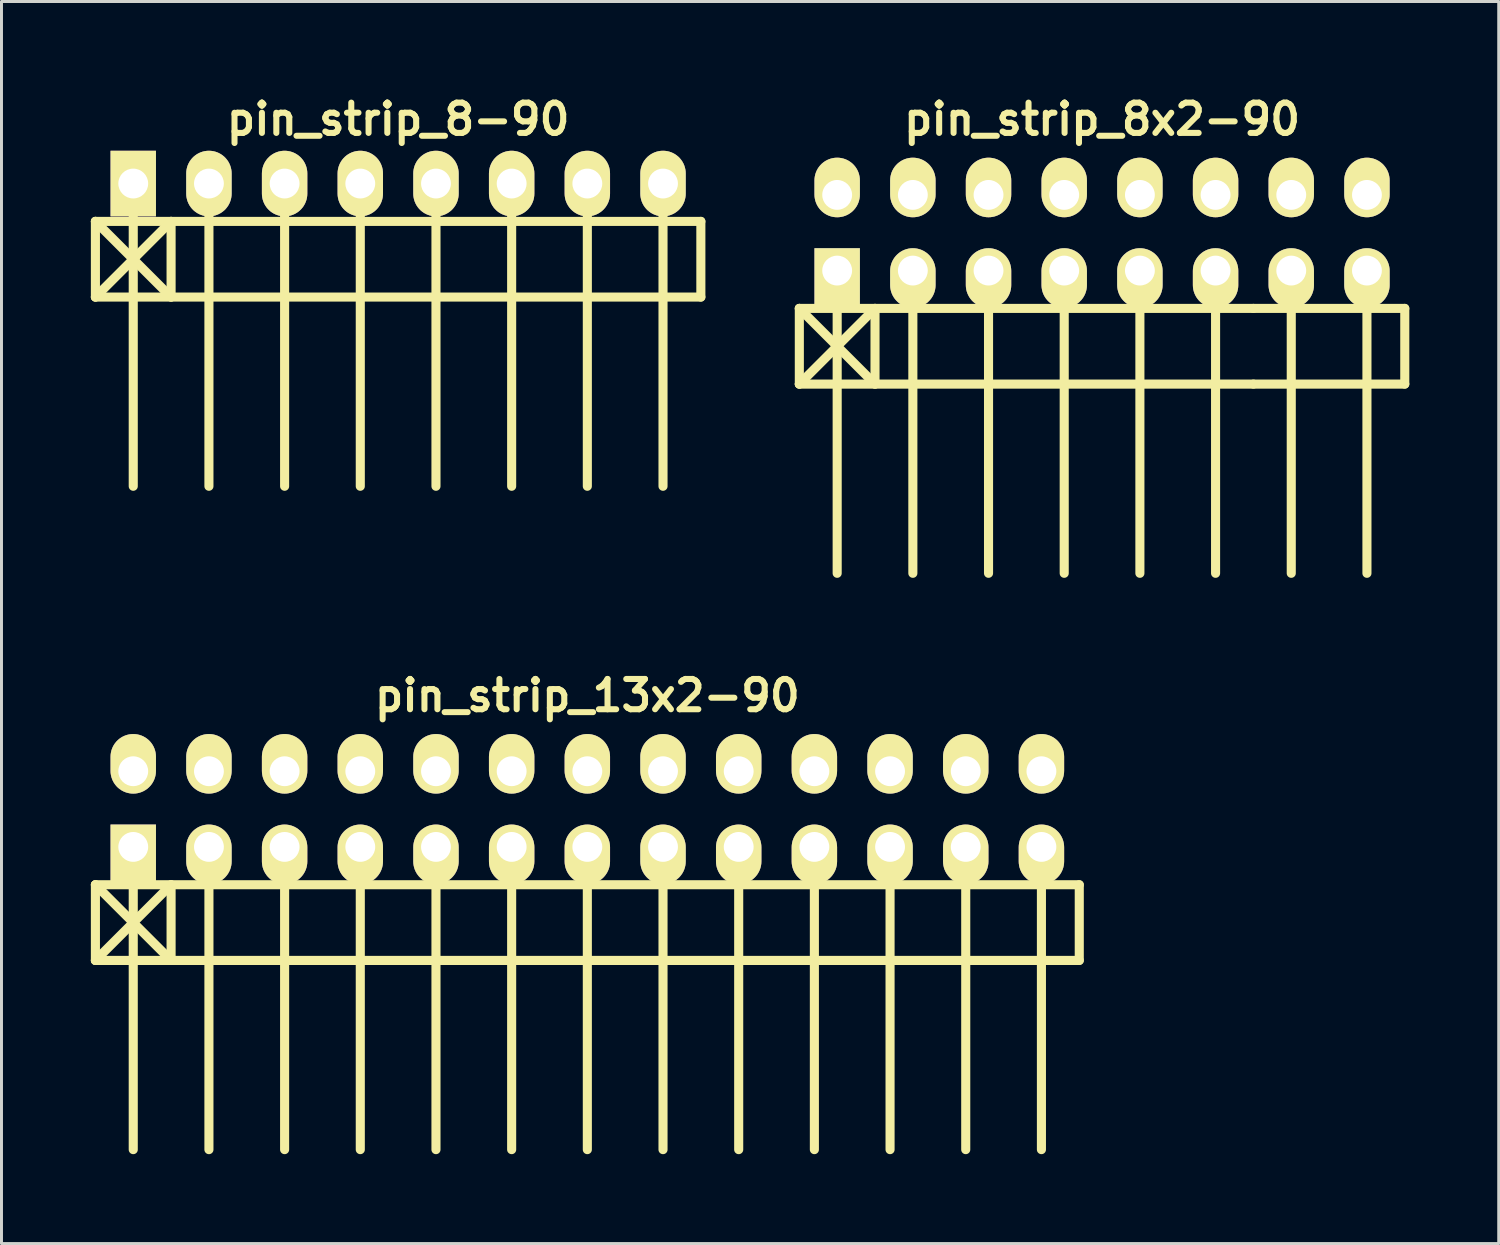
<source format=kicad_pcb>
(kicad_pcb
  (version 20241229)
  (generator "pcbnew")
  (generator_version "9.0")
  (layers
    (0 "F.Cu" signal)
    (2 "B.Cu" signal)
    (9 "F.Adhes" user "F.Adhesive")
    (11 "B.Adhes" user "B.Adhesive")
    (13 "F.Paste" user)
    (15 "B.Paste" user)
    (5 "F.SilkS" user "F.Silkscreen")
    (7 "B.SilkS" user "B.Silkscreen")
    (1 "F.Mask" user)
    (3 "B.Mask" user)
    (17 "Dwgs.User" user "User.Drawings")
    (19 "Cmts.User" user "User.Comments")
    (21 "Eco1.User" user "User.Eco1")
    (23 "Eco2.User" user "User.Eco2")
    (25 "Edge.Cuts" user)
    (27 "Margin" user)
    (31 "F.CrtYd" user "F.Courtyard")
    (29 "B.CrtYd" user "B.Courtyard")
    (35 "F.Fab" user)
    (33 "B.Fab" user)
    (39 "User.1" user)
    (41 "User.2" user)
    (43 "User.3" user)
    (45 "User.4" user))
  (footprint "pin_strip_8-90"
    (layer "F.Cu")
    (at 10.312 3.11)
    (property "Reference" "pin_strip_8-90" (at 0 -2.159 0) (layer "F.SilkS") (effects (font (size 1.016 1.016) (thickness 0.203))))
    (attr through_hole)
    (fp_line (start -10.16 1.27) (end -7.62 3.81) (stroke (width 0.305) (type solid)) (layer "F.SilkS"))
    (fp_line (start -10.16 1.27) (end 10.16 1.27) (stroke (width 0.305) (type solid)) (layer "F.SilkS"))
    (fp_line (start -10.16 3.81) (end -10.16 1.27) (stroke (width 0.305) (type solid)) (layer "F.SilkS"))
    (fp_line (start -8.89 0) (end -8.89 10.16) (stroke (width 0.305) (type solid)) (layer "F.SilkS"))
    (fp_line (start -7.62 1.27) (end -10.16 3.81) (stroke (width 0.305) (type solid)) (layer "F.SilkS"))
    (fp_line (start -7.62 1.27) (end -7.62 3.81) (stroke (width 0.305) (type solid)) (layer "F.SilkS"))
    (fp_line (start -6.35 0) (end -6.35 10.16) (stroke (width 0.305) (type solid)) (layer "F.SilkS"))
    (fp_line (start -3.81 10.16) (end -3.81 0) (stroke (width 0.305) (type solid)) (layer "F.SilkS"))
    (fp_line (start -1.27 0) (end -1.27 10.16) (stroke (width 0.305) (type solid)) (layer "F.SilkS"))
    (fp_line (start 1.27 0) (end 1.27 10.16) (stroke (width 0.305) (type solid)) (layer "F.SilkS"))
    (fp_line (start 3.81 0) (end 3.81 10.16) (stroke (width 0.305) (type solid)) (layer "F.SilkS"))
    (fp_line (start 6.35 0) (end 6.35 10.16) (stroke (width 0.305) (type solid)) (layer "F.SilkS"))
    (fp_line (start 8.89 0) (end 8.89 10.16) (stroke (width 0.305) (type solid)) (layer "F.SilkS"))
    (fp_line (start 10.16 1.27) (end 10.16 3.81) (stroke (width 0.305) (type solid)) (layer "F.SilkS"))
    (fp_line (start 10.16 3.81) (end -10.16 3.81) (stroke (width 0.305) (type solid)) (layer "F.SilkS"))
    (pad "1" thru_hole rect (at -8.89 0) (size 1.524 2.2) (drill 1.001) (layers "*.Cu" "*.Mask" "F.SilkS"))
    (pad "2" thru_hole oval (at -6.35 0) (size 1.524 2.2) (drill 1.001) (layers "*.Cu" "*.Mask" "F.SilkS"))
    (pad "3" thru_hole oval (at -3.81 0) (size 1.524 2.2) (drill 1.001) (layers "*.Cu" "*.Mask" "F.SilkS"))
    (pad "4" thru_hole oval (at -1.27 0) (size 1.524 2.2) (drill 1.001) (layers "*.Cu" "*.Mask" "F.SilkS"))
    (pad "5" thru_hole oval (at 1.27 0) (size 1.524 2.2) (drill 1.001) (layers "*.Cu" "*.Mask" "F.SilkS"))
    (pad "6" thru_hole oval (at 3.81 0) (size 1.524 2.2) (drill 1.001) (layers "*.Cu" "*.Mask" "F.SilkS"))
    (pad "7" thru_hole oval (at 6.35 0) (size 1.524 2.2) (drill 1.001) (layers "*.Cu" "*.Mask" "F.SilkS"))
    (pad "8" thru_hole oval (at 8.89 0) (size 1.524 2.2) (drill 1.001) (layers "*.Cu" "*.Mask" "F.SilkS")))
  (footprint "pin_strip_13x2-90"
    (layer "F.Cu")
    (at 16.662 24.104)
    (property "Reference" "pin_strip_13x2-90" (at 0 -3.81 0) (layer "F.SilkS") (effects (font (size 1.016 1.016) (thickness 0.203))))
    (attr through_hole)
    (fp_line (start -16.51 2.54) (end -13.97 5.08) (stroke (width 0.305) (type solid)) (layer "F.SilkS"))
    (fp_line (start -16.51 2.54) (end 16.51 2.54) (stroke (width 0.305) (type solid)) (layer "F.SilkS"))
    (fp_line (start -16.51 5.08) (end -16.51 2.54) (stroke (width 0.305) (type solid)) (layer "F.SilkS"))
    (fp_line (start -15.24 1.27) (end -15.24 11.43) (stroke (width 0.305) (type solid)) (layer "F.SilkS"))
    (fp_line (start -13.97 2.54) (end -16.51 5.08) (stroke (width 0.305) (type solid)) (layer "F.SilkS"))
    (fp_line (start -13.97 5.08) (end -13.97 2.54) (stroke (width 0.305) (type solid)) (layer "F.SilkS"))
    (fp_line (start -12.7 1.27) (end -12.7 11.43) (stroke (width 0.305) (type solid)) (layer "F.SilkS"))
    (fp_line (start -10.16 11.43) (end -10.16 1.27) (stroke (width 0.305) (type solid)) (layer "F.SilkS"))
    (fp_line (start -7.62 1.27) (end -7.62 11.43) (stroke (width 0.305) (type solid)) (layer "F.SilkS"))
    (fp_line (start -5.08 1.27) (end -5.08 11.43) (stroke (width 0.305) (type solid)) (layer "F.SilkS"))
    (fp_line (start -2.54 1.27) (end -2.54 11.43) (stroke (width 0.305) (type solid)) (layer "F.SilkS"))
    (fp_line (start 0 1.27) (end 0 11.43) (stroke (width 0.305) (type solid)) (layer "F.SilkS"))
    (fp_line (start 2.54 1.27) (end 2.54 11.43) (stroke (width 0.305) (type solid)) (layer "F.SilkS"))
    (fp_line (start 5.08 1.27) (end 5.08 11.43) (stroke (width 0.305) (type solid)) (layer "F.SilkS"))
    (fp_line (start 7.62 1.27) (end 7.62 11.43) (stroke (width 0.305) (type solid)) (layer "F.SilkS"))
    (fp_line (start 10.16 1.27) (end 10.16 11.43) (stroke (width 0.305) (type solid)) (layer "F.SilkS"))
    (fp_line (start 12.7 1.27) (end 12.7 11.43) (stroke (width 0.305) (type solid)) (layer "F.SilkS"))
    (fp_line (start 15.24 11.43) (end 15.24 1.27) (stroke (width 0.305) (type solid)) (layer "F.SilkS"))
    (fp_line (start 16.51 2.54) (end 16.51 5.08) (stroke (width 0.305) (type solid)) (layer "F.SilkS"))
    (fp_line (start 16.51 5.08) (end -16.51 5.08) (stroke (width 0.305) (type solid)) (layer "F.SilkS"))
    (pad "1" thru_hole rect (at -15.24 1.27) (size 1.524 1.999) (drill 1.001 (offset 0 0.249)) (layers "*.Cu" "*.Mask" "F.SilkS"))
    (pad "2" thru_hole oval (at -15.24 -1.27) (size 1.524 1.999) (drill 1.001 (offset 0 -0.249)) (layers "*.Cu" "*.Mask" "F.SilkS"))
    (pad "3" thru_hole oval (at -12.7 1.27) (size 1.524 1.999) (drill 1.001 (offset 0 0.249)) (layers "*.Cu" "*.Mask" "F.SilkS"))
    (pad "4" thru_hole oval (at -12.7 -1.27) (size 1.524 1.999) (drill 1.001 (offset 0 -0.249)) (layers "*.Cu" "*.Mask" "F.SilkS"))
    (pad "5" thru_hole oval (at -10.16 1.27) (size 1.524 1.999) (drill 1.001 (offset 0 0.249)) (layers "*.Cu" "*.Mask" "F.SilkS"))
    (pad "6" thru_hole oval (at -10.16 -1.27) (size 1.524 1.999) (drill 1.001 (offset 0 -0.249)) (layers "*.Cu" "*.Mask" "F.SilkS"))
    (pad "7" thru_hole oval (at -7.62 1.27) (size 1.524 1.999) (drill 1.001 (offset 0 0.249)) (layers "*.Cu" "*.Mask" "F.SilkS"))
    (pad "8" thru_hole oval (at -7.62 -1.27) (size 1.524 1.999) (drill 1.001 (offset 0 -0.249)) (layers "*.Cu" "*.Mask" "F.SilkS"))
    (pad "9" thru_hole oval (at -5.08 1.27) (size 1.524 1.999) (drill 1.001 (offset 0 0.249)) (layers "*.Cu" "*.Mask" "F.SilkS"))
    (pad "10" thru_hole oval (at -5.08 -1.27) (size 1.524 1.999) (drill 1.001 (offset 0 -0.249)) (layers "*.Cu" "*.Mask" "F.SilkS"))
    (pad "11" thru_hole oval (at -2.54 1.27) (size 1.524 1.999) (drill 1.001 (offset 0 0.249)) (layers "*.Cu" "*.Mask" "F.SilkS"))
    (pad "12" thru_hole oval (at -2.54 -1.27) (size 1.524 1.999) (drill 1.001 (offset 0 -0.249)) (layers "*.Cu" "*.Mask" "F.SilkS"))
    (pad "13" thru_hole oval (at 0 1.27) (size 1.524 1.999) (drill 1.001 (offset 0 0.249)) (layers "*.Cu" "*.Mask" "F.SilkS"))
    (pad "14" thru_hole oval (at 0 -1.27) (size 1.524 1.999) (drill 1.001 (offset 0 -0.249)) (layers "*.Cu" "*.Mask" "F.SilkS"))
    (pad "15" thru_hole oval (at 2.54 1.27) (size 1.524 1.999) (drill 1.001 (offset 0 0.249)) (layers "*.Cu" "*.Mask" "F.SilkS"))
    (pad "16" thru_hole oval (at 2.54 -1.27) (size 1.524 1.999) (drill 1.001 (offset 0 -0.249)) (layers "*.Cu" "*.Mask" "F.SilkS"))
    (pad "17" thru_hole oval (at 5.08 1.27) (size 1.524 1.999) (drill 1.001 (offset 0 0.249)) (layers "*.Cu" "*.Mask" "F.SilkS"))
    (pad "18" thru_hole oval (at 5.08 -1.27) (size 1.524 1.999) (drill 1.001 (offset 0 -0.249)) (layers "*.Cu" "*.Mask" "F.SilkS"))
    (pad "19" thru_hole oval (at 7.62 1.27) (size 1.524 1.999) (drill 1.001 (offset 0 0.249)) (layers "*.Cu" "*.Mask" "F.SilkS"))
    (pad "20" thru_hole oval (at 7.62 -1.27) (size 1.524 1.999) (drill 1.001 (offset 0 -0.249)) (layers "*.Cu" "*.Mask" "F.SilkS"))
    (pad "21" thru_hole oval (at 10.16 1.27) (size 1.524 1.999) (drill 1.001 (offset 0 0.249)) (layers "*.Cu" "*.Mask" "F.SilkS"))
    (pad "22" thru_hole oval (at 10.16 -1.27) (size 1.524 1.999) (drill 1.001 (offset 0 -0.249)) (layers "*.Cu" "*.Mask" "F.SilkS"))
    (pad "23" thru_hole oval (at 12.7 1.27) (size 1.524 1.999) (drill 1.001 (offset 0 0.249)) (layers "*.Cu" "*.Mask" "F.SilkS"))
    (pad "24" thru_hole oval (at 12.7 -1.27) (size 1.524 1.999) (drill 1.001 (offset 0 -0.249)) (layers "*.Cu" "*.Mask" "F.SilkS"))
    (pad "25" thru_hole oval (at 15.24 1.27) (size 1.524 1.999) (drill 1.001 (offset 0 0.249)) (layers "*.Cu" "*.Mask" "F.SilkS"))
    (pad "26" thru_hole oval (at 15.24 -1.27) (size 1.524 1.999) (drill 1.001 (offset 0 -0.249)) (layers "*.Cu" "*.Mask" "F.SilkS")))
  (footprint "pin_strip_8x2-90"
    (layer "F.Cu")
    (at 33.937 4.761)
    (property "Reference" "pin_strip_8x2-90" (at 0 -3.81 0) (layer "F.SilkS") (effects (font (size 1.016 1.016) (thickness 0.203))))
    (attr through_hole)
    (fp_line (start -10.16 2.54) (end -7.62 5.08) (stroke (width 0.305) (type solid)) (layer "F.SilkS"))
    (fp_line (start -10.16 2.54) (end 5.08 2.54) (stroke (width 0.305) (type solid)) (layer "F.SilkS"))
    (fp_line (start -10.16 5.08) (end -10.16 2.54) (stroke (width 0.305) (type solid)) (layer "F.SilkS"))
    (fp_line (start -8.89 1.27) (end -8.89 11.43) (stroke (width 0.305) (type solid)) (layer "F.SilkS"))
    (fp_line (start -7.62 2.54) (end -10.16 5.08) (stroke (width 0.305) (type solid)) (layer "F.SilkS"))
    (fp_line (start -7.62 5.08) (end -7.62 2.54) (stroke (width 0.305) (type solid)) (layer "F.SilkS"))
    (fp_line (start -6.35 1.27) (end -6.35 11.43) (stroke (width 0.305) (type solid)) (layer "F.SilkS"))
    (fp_line (start -3.81 11.43) (end -3.81 1.27) (stroke (width 0.305) (type solid)) (layer "F.SilkS"))
    (fp_line (start -1.27 1.27) (end -1.27 11.43) (stroke (width 0.305) (type solid)) (layer "F.SilkS"))
    (fp_line (start 1.27 1.27) (end 1.27 11.43) (stroke (width 0.305) (type solid)) (layer "F.SilkS"))
    (fp_line (start 3.81 1.27) (end 3.81 11.43) (stroke (width 0.305) (type solid)) (layer "F.SilkS"))
    (fp_line (start 5.08 2.54) (end 10.16 2.54) (stroke (width 0.305) (type solid)) (layer "F.SilkS"))
    (fp_line (start 5.08 5.08) (end -10.16 5.08) (stroke (width 0.305) (type solid)) (layer "F.SilkS"))
    (fp_line (start 6.35 1.27) (end 6.35 11.43) (stroke (width 0.305) (type solid)) (layer "F.SilkS"))
    (fp_line (start 8.89 1.27) (end 8.89 11.43) (stroke (width 0.305) (type solid)) (layer "F.SilkS"))
    (fp_line (start 10.16 2.54) (end 10.16 5.08) (stroke (width 0.305) (type solid)) (layer "F.SilkS"))
    (fp_line (start 10.16 5.08) (end 5.08 5.08) (stroke (width 0.305) (type solid)) (layer "F.SilkS"))
    (pad "1" thru_hole rect (at -8.89 1.27) (size 1.524 1.999) (drill 1.001 (offset 0 0.249)) (layers "*.Cu" "*.Mask" "F.SilkS"))
    (pad "2" thru_hole oval (at -8.89 -1.27) (size 1.524 1.999) (drill 1.001 (offset 0 -0.249)) (layers "*.Cu" "*.Mask" "F.SilkS"))
    (pad "3" thru_hole oval (at -6.35 1.27) (size 1.524 1.999) (drill 1.001 (offset 0 0.249)) (layers "*.Cu" "*.Mask" "F.SilkS"))
    (pad "4" thru_hole oval (at -6.35 -1.27) (size 1.524 1.999) (drill 1.001 (offset 0 -0.249)) (layers "*.Cu" "*.Mask" "F.SilkS"))
    (pad "5" thru_hole oval (at -3.81 1.27) (size 1.524 1.999) (drill 1.001 (offset 0 0.249)) (layers "*.Cu" "*.Mask" "F.SilkS"))
    (pad "6" thru_hole oval (at -3.81 -1.27) (size 1.524 1.999) (drill 1.001 (offset 0 -0.249)) (layers "*.Cu" "*.Mask" "F.SilkS"))
    (pad "7" thru_hole oval (at -1.27 1.27) (size 1.524 1.999) (drill 1.001 (offset 0 0.249)) (layers "*.Cu" "*.Mask" "F.SilkS"))
    (pad "8" thru_hole oval (at -1.27 -1.27) (size 1.524 1.999) (drill 1.001 (offset 0 -0.249)) (layers "*.Cu" "*.Mask" "F.SilkS"))
    (pad "9" thru_hole oval (at 1.27 1.27) (size 1.524 1.999) (drill 1.001 (offset 0 0.249)) (layers "*.Cu" "*.Mask" "F.SilkS"))
    (pad "10" thru_hole oval (at 1.27 -1.27) (size 1.524 1.999) (drill 1.001 (offset 0 -0.249)) (layers "*.Cu" "*.Mask" "F.SilkS"))
    (pad "11" thru_hole oval (at 3.81 1.27) (size 1.524 1.999) (drill 1.001 (offset 0 0.249)) (layers "*.Cu" "*.Mask" "F.SilkS"))
    (pad "12" thru_hole oval (at 3.81 -1.27) (size 1.524 1.999) (drill 1.001 (offset 0 -0.249)) (layers "*.Cu" "*.Mask" "F.SilkS"))
    (pad "13" thru_hole oval (at 6.35 1.27) (size 1.524 1.999) (drill 1.001 (offset 0 0.249)) (layers "*.Cu" "*.Mask" "F.SilkS"))
    (pad "14" thru_hole oval (at 6.35 -1.27) (size 1.524 1.999) (drill 1.001 (offset 0 -0.249)) (layers "*.Cu" "*.Mask" "F.SilkS"))
    (pad "15" thru_hole oval (at 8.89 1.27) (size 1.524 1.999) (drill 1.001 (offset 0 0.249)) (layers "*.Cu" "*.Mask" "F.SilkS"))
    (pad "16" thru_hole oval (at 8.89 -1.27) (size 1.524 1.999) (drill 1.001 (offset 0 -0.249)) (layers "*.Cu" "*.Mask" "F.SilkS")))
  (gr_rect
    (start -3 -3)
    (end 47.25 38.687)
    (stroke (width 0.1) (type default))
    (fill no)
    (layer "Edge.Cuts")))
</source>
